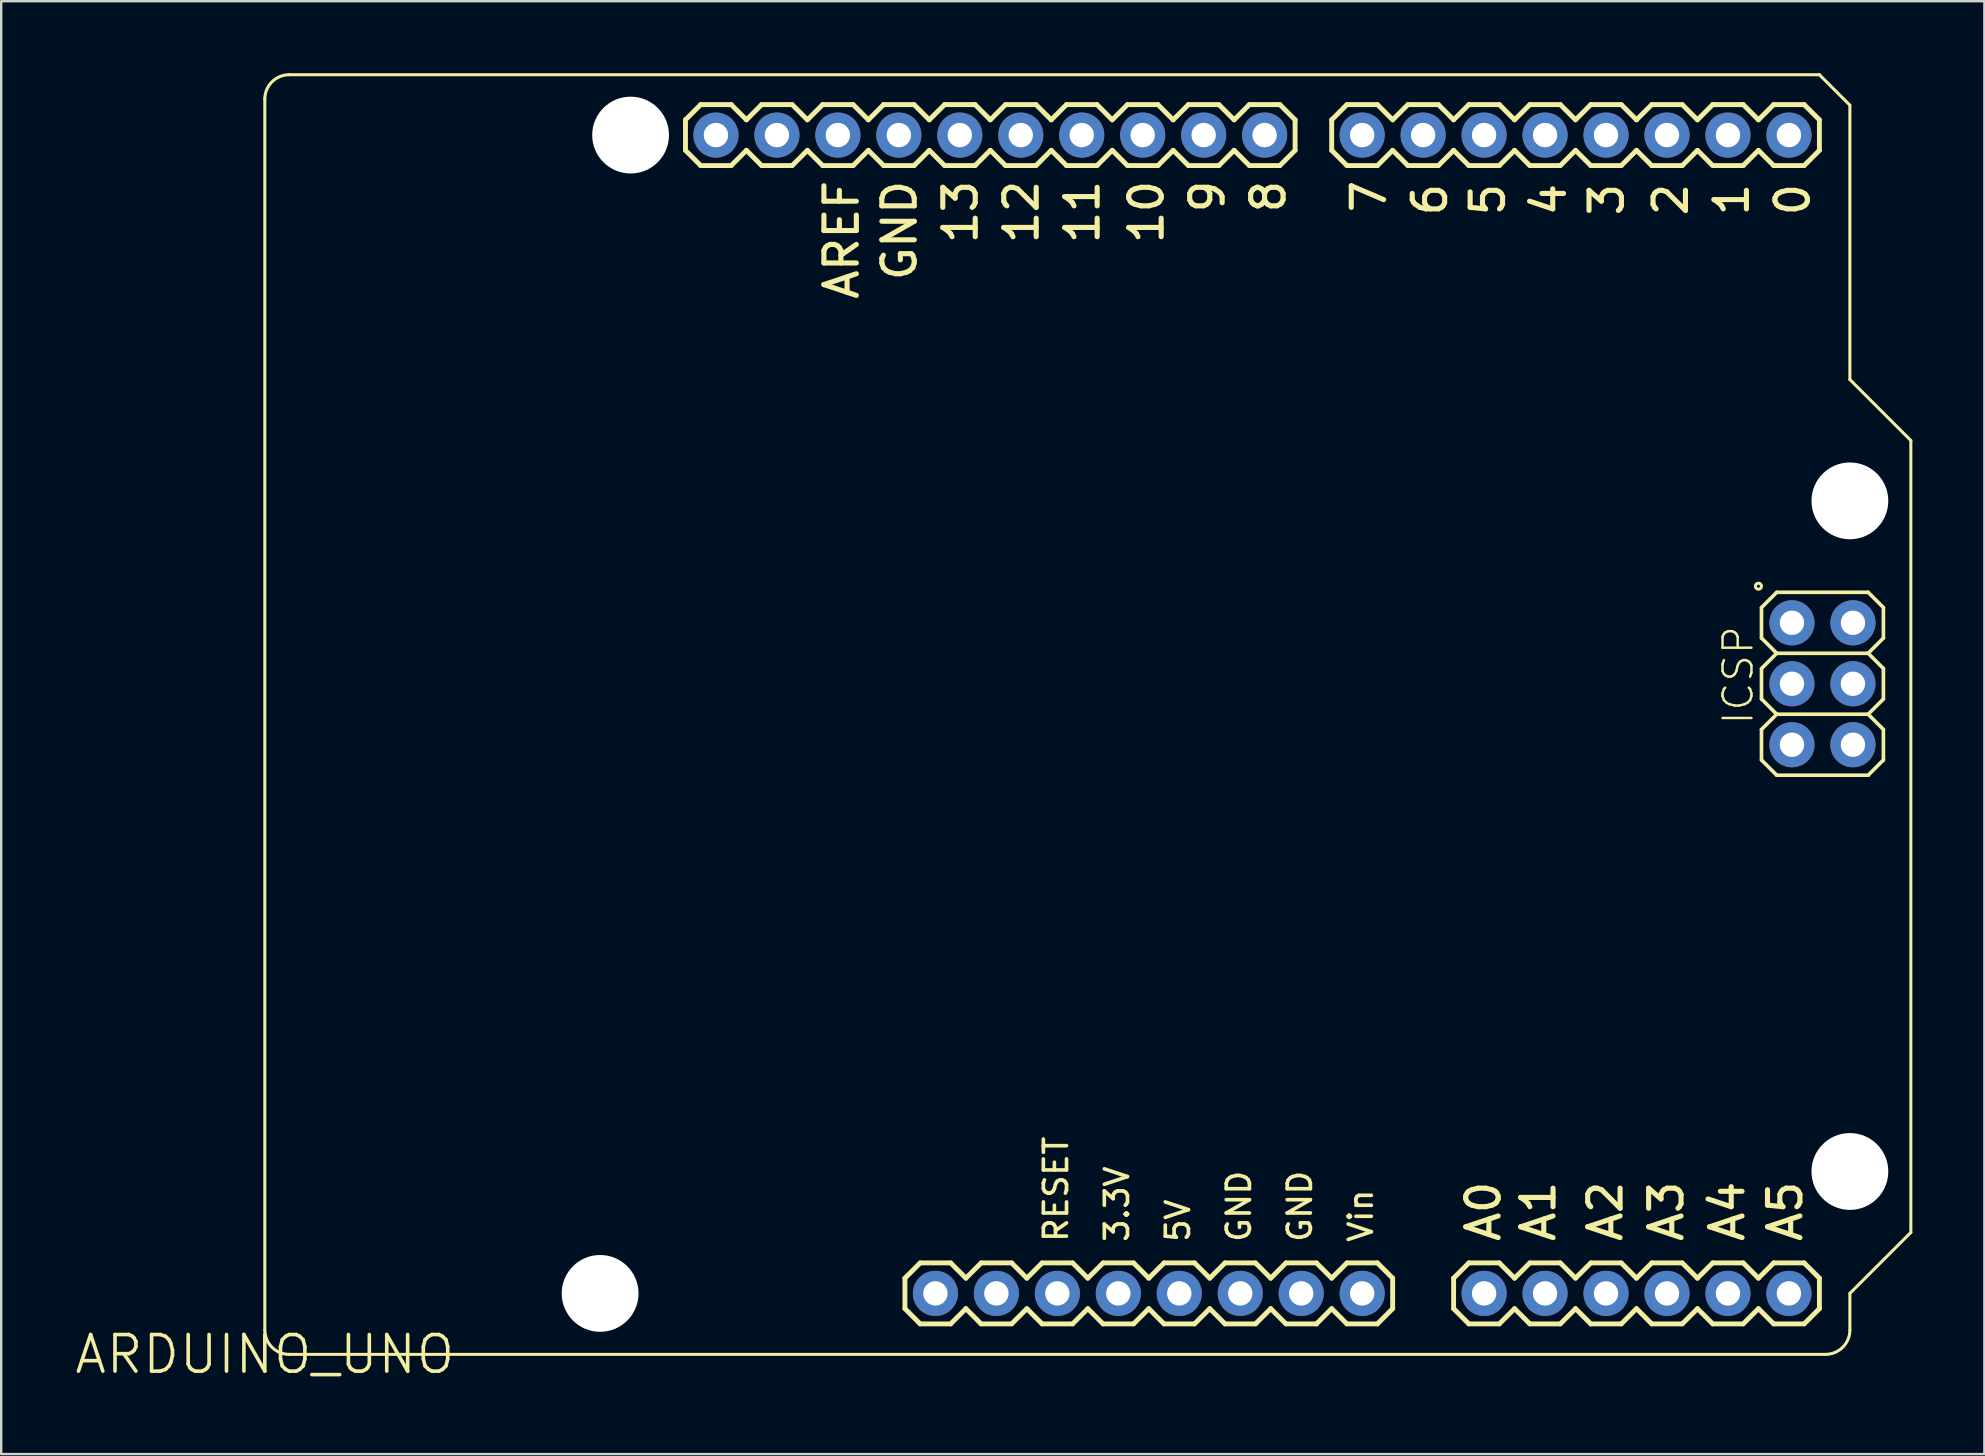
<source format=kicad_pcb>
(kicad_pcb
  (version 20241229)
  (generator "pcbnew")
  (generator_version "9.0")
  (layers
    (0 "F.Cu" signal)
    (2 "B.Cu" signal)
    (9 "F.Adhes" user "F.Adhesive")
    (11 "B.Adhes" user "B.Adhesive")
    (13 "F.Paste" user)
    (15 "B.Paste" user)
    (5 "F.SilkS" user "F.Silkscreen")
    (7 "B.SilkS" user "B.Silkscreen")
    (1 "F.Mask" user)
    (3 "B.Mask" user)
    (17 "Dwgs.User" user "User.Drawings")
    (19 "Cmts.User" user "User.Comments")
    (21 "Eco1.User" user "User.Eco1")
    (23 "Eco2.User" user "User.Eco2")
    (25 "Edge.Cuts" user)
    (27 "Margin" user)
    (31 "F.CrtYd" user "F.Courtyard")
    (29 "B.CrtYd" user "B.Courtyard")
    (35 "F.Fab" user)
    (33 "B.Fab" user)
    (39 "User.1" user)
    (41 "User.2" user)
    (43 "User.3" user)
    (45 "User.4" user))
  (footprint "ARDUINO_UNO"
    (layer "F.Cu")
    (at 7.983 53.378)
    (property "Reference" "ARDUINO_UNO" (at 0 0 0) (layer "F.SilkS") (effects (font (size 1.524 1.524) (thickness 0.15))))
    (attr through_hole)
    (fp_line (start 0 -1.016) (end 0 -52.299) (stroke (width 0.127) (type solid)) (layer "F.SilkS"))
    (fp_line (start 1.016 -53.315) (end 64.77 -53.315) (stroke (width 0.127) (type solid)) (layer "F.SilkS"))
    (fp_line (start 17.526 -51.435) (end 17.526 -50.165) (stroke (width 0.203) (type solid)) (layer "F.SilkS"))
    (fp_line (start 17.526 -50.165) (end 18.161 -49.53) (stroke (width 0.203) (type solid)) (layer "F.SilkS"))
    (fp_line (start 18.161 -52.07) (end 17.526 -51.435) (stroke (width 0.203) (type solid)) (layer "F.SilkS"))
    (fp_line (start 18.161 -52.07) (end 19.431 -52.07) (stroke (width 0.203) (type solid)) (layer "F.SilkS"))
    (fp_line (start 19.431 -52.07) (end 20.066 -51.435) (stroke (width 0.203) (type solid)) (layer "F.SilkS"))
    (fp_line (start 19.431 -49.53) (end 18.161 -49.53) (stroke (width 0.203) (type solid)) (layer "F.SilkS"))
    (fp_line (start 20.066 -50.165) (end 19.431 -49.53) (stroke (width 0.203) (type solid)) (layer "F.SilkS"))
    (fp_line (start 20.066 -50.165) (end 20.701 -49.53) (stroke (width 0.203) (type solid)) (layer "F.SilkS"))
    (fp_line (start 20.701 -52.07) (end 20.066 -51.435) (stroke (width 0.203) (type solid)) (layer "F.SilkS"))
    (fp_line (start 20.701 -52.07) (end 21.971 -52.07) (stroke (width 0.203) (type solid)) (layer "F.SilkS"))
    (fp_line (start 21.971 -52.07) (end 22.606 -51.435) (stroke (width 0.203) (type solid)) (layer "F.SilkS"))
    (fp_line (start 21.971 -49.53) (end 20.701 -49.53) (stroke (width 0.203) (type solid)) (layer "F.SilkS"))
    (fp_line (start 22.606 -50.165) (end 21.971 -49.53) (stroke (width 0.203) (type solid)) (layer "F.SilkS"))
    (fp_line (start 22.606 -50.165) (end 23.241 -49.53) (stroke (width 0.203) (type solid)) (layer "F.SilkS"))
    (fp_line (start 23.241 -52.07) (end 22.606 -51.435) (stroke (width 0.203) (type solid)) (layer "F.SilkS"))
    (fp_line (start 23.241 -52.07) (end 24.511 -52.07) (stroke (width 0.203) (type solid)) (layer "F.SilkS"))
    (fp_line (start 24.511 -52.07) (end 25.146 -51.435) (stroke (width 0.203) (type solid)) (layer "F.SilkS"))
    (fp_line (start 24.511 -49.53) (end 23.241 -49.53) (stroke (width 0.203) (type solid)) (layer "F.SilkS"))
    (fp_line (start 25.146 -51.435) (end 25.781 -52.07) (stroke (width 0.203) (type solid)) (layer "F.SilkS"))
    (fp_line (start 25.146 -50.165) (end 24.511 -49.53) (stroke (width 0.203) (type solid)) (layer "F.SilkS"))
    (fp_line (start 25.781 -52.07) (end 27.051 -52.07) (stroke (width 0.203) (type solid)) (layer "F.SilkS"))
    (fp_line (start 25.781 -49.53) (end 25.146 -50.165) (stroke (width 0.203) (type solid)) (layer "F.SilkS"))
    (fp_line (start 26.67 -3.175) (end 26.67 -1.905) (stroke (width 0.203) (type solid)) (layer "F.SilkS"))
    (fp_line (start 26.67 -1.905) (end 27.305 -1.27) (stroke (width 0.203) (type solid)) (layer "F.SilkS"))
    (fp_line (start 27.051 -52.07) (end 27.686 -51.435) (stroke (width 0.203) (type solid)) (layer "F.SilkS"))
    (fp_line (start 27.051 -49.53) (end 25.781 -49.53) (stroke (width 0.203) (type solid)) (layer "F.SilkS"))
    (fp_line (start 27.305 -3.81) (end 26.67 -3.175) (stroke (width 0.203) (type solid)) (layer "F.SilkS"))
    (fp_line (start 27.305 -3.81) (end 28.575 -3.81) (stroke (width 0.203) (type solid)) (layer "F.SilkS"))
    (fp_line (start 27.686 -51.435) (end 28.321 -52.07) (stroke (width 0.203) (type solid)) (layer "F.SilkS"))
    (fp_line (start 27.686 -50.165) (end 27.051 -49.53) (stroke (width 0.203) (type solid)) (layer "F.SilkS"))
    (fp_line (start 28.321 -52.07) (end 29.591 -52.07) (stroke (width 0.203) (type solid)) (layer "F.SilkS"))
    (fp_line (start 28.321 -49.53) (end 27.686 -50.165) (stroke (width 0.203) (type solid)) (layer "F.SilkS"))
    (fp_line (start 28.575 -3.81) (end 29.21 -3.175) (stroke (width 0.203) (type solid)) (layer "F.SilkS"))
    (fp_line (start 28.575 -1.27) (end 27.305 -1.27) (stroke (width 0.203) (type solid)) (layer "F.SilkS"))
    (fp_line (start 29.21 -1.905) (end 28.575 -1.27) (stroke (width 0.203) (type solid)) (layer "F.SilkS"))
    (fp_line (start 29.21 -1.905) (end 29.845 -1.27) (stroke (width 0.203) (type solid)) (layer "F.SilkS"))
    (fp_line (start 29.591 -52.07) (end 30.226 -51.435) (stroke (width 0.203) (type solid)) (layer "F.SilkS"))
    (fp_line (start 29.591 -49.53) (end 28.321 -49.53) (stroke (width 0.203) (type solid)) (layer "F.SilkS"))
    (fp_line (start 29.845 -3.81) (end 29.21 -3.175) (stroke (width 0.203) (type solid)) (layer "F.SilkS"))
    (fp_line (start 29.845 -3.81) (end 31.115 -3.81) (stroke (width 0.203) (type solid)) (layer "F.SilkS"))
    (fp_line (start 30.226 -50.165) (end 29.591 -49.53) (stroke (width 0.203) (type solid)) (layer "F.SilkS"))
    (fp_line (start 30.226 -50.165) (end 30.861 -49.53) (stroke (width 0.203) (type solid)) (layer "F.SilkS"))
    (fp_line (start 30.861 -52.07) (end 30.226 -51.435) (stroke (width 0.203) (type solid)) (layer "F.SilkS"))
    (fp_line (start 30.861 -52.07) (end 32.131 -52.07) (stroke (width 0.203) (type solid)) (layer "F.SilkS"))
    (fp_line (start 31.115 -3.81) (end 31.75 -3.175) (stroke (width 0.203) (type solid)) (layer "F.SilkS"))
    (fp_line (start 31.115 -1.27) (end 29.845 -1.27) (stroke (width 0.203) (type solid)) (layer "F.SilkS"))
    (fp_line (start 31.75 -1.905) (end 31.115 -1.27) (stroke (width 0.203) (type solid)) (layer "F.SilkS"))
    (fp_line (start 31.75 -1.905) (end 32.385 -1.27) (stroke (width 0.203) (type solid)) (layer "F.SilkS"))
    (fp_line (start 32.131 -52.07) (end 32.766 -51.435) (stroke (width 0.203) (type solid)) (layer "F.SilkS"))
    (fp_line (start 32.131 -49.53) (end 30.861 -49.53) (stroke (width 0.203) (type solid)) (layer "F.SilkS"))
    (fp_line (start 32.385 -3.81) (end 31.75 -3.175) (stroke (width 0.203) (type solid)) (layer "F.SilkS"))
    (fp_line (start 32.385 -3.81) (end 33.655 -3.81) (stroke (width 0.203) (type solid)) (layer "F.SilkS"))
    (fp_line (start 32.766 -51.435) (end 33.401 -52.07) (stroke (width 0.203) (type solid)) (layer "F.SilkS"))
    (fp_line (start 32.766 -50.165) (end 32.131 -49.53) (stroke (width 0.203) (type solid)) (layer "F.SilkS"))
    (fp_line (start 33.401 -52.07) (end 34.671 -52.07) (stroke (width 0.203) (type solid)) (layer "F.SilkS"))
    (fp_line (start 33.401 -49.53) (end 32.766 -50.165) (stroke (width 0.203) (type solid)) (layer "F.SilkS"))
    (fp_line (start 33.655 -3.81) (end 34.29 -3.175) (stroke (width 0.203) (type solid)) (layer "F.SilkS"))
    (fp_line (start 33.655 -1.27) (end 32.385 -1.27) (stroke (width 0.203) (type solid)) (layer "F.SilkS"))
    (fp_line (start 34.29 -3.175) (end 34.925 -3.81) (stroke (width 0.203) (type solid)) (layer "F.SilkS"))
    (fp_line (start 34.29 -1.905) (end 33.655 -1.27) (stroke (width 0.203) (type solid)) (layer "F.SilkS"))
    (fp_line (start 34.671 -52.07) (end 35.306 -51.435) (stroke (width 0.203) (type solid)) (layer "F.SilkS"))
    (fp_line (start 34.671 -49.53) (end 33.401 -49.53) (stroke (width 0.203) (type solid)) (layer "F.SilkS"))
    (fp_line (start 34.925 -3.81) (end 36.195 -3.81) (stroke (width 0.203) (type solid)) (layer "F.SilkS"))
    (fp_line (start 34.925 -1.27) (end 34.29 -1.905) (stroke (width 0.203) (type solid)) (layer "F.SilkS"))
    (fp_line (start 35.306 -51.435) (end 35.941 -52.07) (stroke (width 0.203) (type solid)) (layer "F.SilkS"))
    (fp_line (start 35.306 -50.165) (end 34.671 -49.53) (stroke (width 0.203) (type solid)) (layer "F.SilkS"))
    (fp_line (start 35.941 -52.07) (end 37.211 -52.07) (stroke (width 0.203) (type solid)) (layer "F.SilkS"))
    (fp_line (start 35.941 -49.53) (end 35.306 -50.165) (stroke (width 0.203) (type solid)) (layer "F.SilkS"))
    (fp_line (start 36.195 -3.81) (end 36.83 -3.175) (stroke (width 0.203) (type solid)) (layer "F.SilkS"))
    (fp_line (start 36.195 -1.27) (end 34.925 -1.27) (stroke (width 0.203) (type solid)) (layer "F.SilkS"))
    (fp_line (start 36.83 -3.175) (end 37.465 -3.81) (stroke (width 0.203) (type solid)) (layer "F.SilkS"))
    (fp_line (start 36.83 -1.905) (end 36.195 -1.27) (stroke (width 0.203) (type solid)) (layer "F.SilkS"))
    (fp_line (start 37.211 -52.07) (end 37.846 -51.435) (stroke (width 0.203) (type solid)) (layer "F.SilkS"))
    (fp_line (start 37.211 -49.53) (end 35.941 -49.53) (stroke (width 0.203) (type solid)) (layer "F.SilkS"))
    (fp_line (start 37.465 -3.81) (end 38.735 -3.81) (stroke (width 0.203) (type solid)) (layer "F.SilkS"))
    (fp_line (start 37.465 -1.27) (end 36.83 -1.905) (stroke (width 0.203) (type solid)) (layer "F.SilkS"))
    (fp_line (start 37.846 -50.165) (end 37.211 -49.53) (stroke (width 0.203) (type solid)) (layer "F.SilkS"))
    (fp_line (start 37.846 -50.165) (end 38.481 -49.53) (stroke (width 0.203) (type solid)) (layer "F.SilkS"))
    (fp_line (start 38.481 -52.07) (end 37.846 -51.435) (stroke (width 0.203) (type solid)) (layer "F.SilkS"))
    (fp_line (start 38.481 -52.07) (end 39.751 -52.07) (stroke (width 0.203) (type solid)) (layer "F.SilkS"))
    (fp_line (start 38.735 -3.81) (end 39.37 -3.175) (stroke (width 0.203) (type solid)) (layer "F.SilkS"))
    (fp_line (start 38.735 -1.27) (end 37.465 -1.27) (stroke (width 0.203) (type solid)) (layer "F.SilkS"))
    (fp_line (start 39.37 -1.905) (end 38.735 -1.27) (stroke (width 0.203) (type solid)) (layer "F.SilkS"))
    (fp_line (start 39.37 -1.905) (end 40.005 -1.27) (stroke (width 0.203) (type solid)) (layer "F.SilkS"))
    (fp_line (start 39.751 -52.07) (end 40.386 -51.435) (stroke (width 0.203) (type solid)) (layer "F.SilkS"))
    (fp_line (start 39.751 -49.53) (end 38.481 -49.53) (stroke (width 0.203) (type solid)) (layer "F.SilkS"))
    (fp_line (start 40.005 -3.81) (end 39.37 -3.175) (stroke (width 0.203) (type solid)) (layer "F.SilkS"))
    (fp_line (start 40.005 -3.81) (end 41.275 -3.81) (stroke (width 0.203) (type solid)) (layer "F.SilkS"))
    (fp_line (start 40.386 -50.165) (end 39.751 -49.53) (stroke (width 0.203) (type solid)) (layer "F.SilkS"))
    (fp_line (start 40.386 -50.165) (end 41.021 -49.53) (stroke (width 0.203) (type solid)) (layer "F.SilkS"))
    (fp_line (start 41.021 -52.07) (end 40.386 -51.435) (stroke (width 0.203) (type solid)) (layer "F.SilkS"))
    (fp_line (start 41.021 -52.07) (end 42.291 -52.07) (stroke (width 0.203) (type solid)) (layer "F.SilkS"))
    (fp_line (start 41.275 -3.81) (end 41.91 -3.175) (stroke (width 0.203) (type solid)) (layer "F.SilkS"))
    (fp_line (start 41.275 -1.27) (end 40.005 -1.27) (stroke (width 0.203) (type solid)) (layer "F.SilkS"))
    (fp_line (start 41.91 -3.175) (end 42.545 -3.81) (stroke (width 0.203) (type solid)) (layer "F.SilkS"))
    (fp_line (start 41.91 -1.905) (end 41.275 -1.27) (stroke (width 0.203) (type solid)) (layer "F.SilkS"))
    (fp_line (start 42.291 -52.07) (end 42.926 -51.435) (stroke (width 0.203) (type solid)) (layer "F.SilkS"))
    (fp_line (start 42.291 -49.53) (end 41.021 -49.53) (stroke (width 0.203) (type solid)) (layer "F.SilkS"))
    (fp_line (start 42.545 -3.81) (end 43.815 -3.81) (stroke (width 0.203) (type solid)) (layer "F.SilkS"))
    (fp_line (start 42.545 -1.27) (end 41.91 -1.905) (stroke (width 0.203) (type solid)) (layer "F.SilkS"))
    (fp_line (start 42.926 -51.435) (end 42.926 -50.165) (stroke (width 0.203) (type solid)) (layer "F.SilkS"))
    (fp_line (start 42.926 -50.165) (end 42.291 -49.53) (stroke (width 0.203) (type solid)) (layer "F.SilkS"))
    (fp_line (start 43.815 -3.81) (end 44.45 -3.175) (stroke (width 0.203) (type solid)) (layer "F.SilkS"))
    (fp_line (start 43.815 -1.27) (end 42.545 -1.27) (stroke (width 0.203) (type solid)) (layer "F.SilkS"))
    (fp_line (start 44.45 -51.435) (end 44.45 -50.165) (stroke (width 0.203) (type solid)) (layer "F.SilkS"))
    (fp_line (start 44.45 -50.165) (end 45.085 -49.53) (stroke (width 0.203) (type solid)) (layer "F.SilkS"))
    (fp_line (start 44.45 -3.175) (end 45.085 -3.81) (stroke (width 0.203) (type solid)) (layer "F.SilkS"))
    (fp_line (start 44.45 -1.905) (end 43.815 -1.27) (stroke (width 0.203) (type solid)) (layer "F.SilkS"))
    (fp_line (start 45.085 -52.07) (end 44.45 -51.435) (stroke (width 0.203) (type solid)) (layer "F.SilkS"))
    (fp_line (start 45.085 -52.07) (end 46.355 -52.07) (stroke (width 0.203) (type solid)) (layer "F.SilkS"))
    (fp_line (start 45.085 -3.81) (end 46.355 -3.81) (stroke (width 0.203) (type solid)) (layer "F.SilkS"))
    (fp_line (start 45.085 -1.27) (end 44.45 -1.905) (stroke (width 0.203) (type solid)) (layer "F.SilkS"))
    (fp_line (start 46.355 -52.07) (end 46.99 -51.435) (stroke (width 0.203) (type solid)) (layer "F.SilkS"))
    (fp_line (start 46.355 -49.53) (end 45.085 -49.53) (stroke (width 0.203) (type solid)) (layer "F.SilkS"))
    (fp_line (start 46.355 -3.81) (end 46.99 -3.175) (stroke (width 0.203) (type solid)) (layer "F.SilkS"))
    (fp_line (start 46.355 -1.27) (end 45.085 -1.27) (stroke (width 0.203) (type solid)) (layer "F.SilkS"))
    (fp_line (start 46.99 -51.435) (end 47.625 -52.07) (stroke (width 0.203) (type solid)) (layer "F.SilkS"))
    (fp_line (start 46.99 -50.165) (end 46.355 -49.53) (stroke (width 0.203) (type solid)) (layer "F.SilkS"))
    (fp_line (start 46.99 -3.175) (end 46.99 -1.905) (stroke (width 0.203) (type solid)) (layer "F.SilkS"))
    (fp_line (start 46.99 -1.905) (end 46.355 -1.27) (stroke (width 0.203) (type solid)) (layer "F.SilkS"))
    (fp_line (start 47.625 -52.07) (end 48.895 -52.07) (stroke (width 0.203) (type solid)) (layer "F.SilkS"))
    (fp_line (start 47.625 -49.53) (end 46.99 -50.165) (stroke (width 0.203) (type solid)) (layer "F.SilkS"))
    (fp_line (start 48.895 -52.07) (end 49.53 -51.435) (stroke (width 0.203) (type solid)) (layer "F.SilkS"))
    (fp_line (start 48.895 -49.53) (end 47.625 -49.53) (stroke (width 0.203) (type solid)) (layer "F.SilkS"))
    (fp_line (start 49.53 -51.435) (end 50.165 -52.07) (stroke (width 0.203) (type solid)) (layer "F.SilkS"))
    (fp_line (start 49.53 -50.165) (end 48.895 -49.53) (stroke (width 0.203) (type solid)) (layer "F.SilkS"))
    (fp_line (start 49.53 -3.175) (end 49.53 -1.905) (stroke (width 0.203) (type solid)) (layer "F.SilkS"))
    (fp_line (start 49.53 -1.905) (end 50.165 -1.27) (stroke (width 0.203) (type solid)) (layer "F.SilkS"))
    (fp_line (start 50.165 -52.07) (end 51.435 -52.07) (stroke (width 0.203) (type solid)) (layer "F.SilkS"))
    (fp_line (start 50.165 -49.53) (end 49.53 -50.165) (stroke (width 0.203) (type solid)) (layer "F.SilkS"))
    (fp_line (start 50.165 -3.81) (end 49.53 -3.175) (stroke (width 0.203) (type solid)) (layer "F.SilkS"))
    (fp_line (start 50.165 -3.81) (end 51.435 -3.81) (stroke (width 0.203) (type solid)) (layer "F.SilkS"))
    (fp_line (start 51.435 -52.07) (end 52.07 -51.435) (stroke (width 0.203) (type solid)) (layer "F.SilkS"))
    (fp_line (start 51.435 -49.53) (end 50.165 -49.53) (stroke (width 0.203) (type solid)) (layer "F.SilkS"))
    (fp_line (start 51.435 -3.81) (end 52.07 -3.175) (stroke (width 0.203) (type solid)) (layer "F.SilkS"))
    (fp_line (start 51.435 -1.27) (end 50.165 -1.27) (stroke (width 0.203) (type solid)) (layer "F.SilkS"))
    (fp_line (start 52.07 -50.165) (end 51.435 -49.53) (stroke (width 0.203) (type solid)) (layer "F.SilkS"))
    (fp_line (start 52.07 -50.165) (end 52.705 -49.53) (stroke (width 0.203) (type solid)) (layer "F.SilkS"))
    (fp_line (start 52.07 -3.175) (end 52.705 -3.81) (stroke (width 0.203) (type solid)) (layer "F.SilkS"))
    (fp_line (start 52.07 -1.905) (end 51.435 -1.27) (stroke (width 0.203) (type solid)) (layer "F.SilkS"))
    (fp_line (start 52.705 -52.07) (end 52.07 -51.435) (stroke (width 0.203) (type solid)) (layer "F.SilkS"))
    (fp_line (start 52.705 -52.07) (end 53.975 -52.07) (stroke (width 0.203) (type solid)) (layer "F.SilkS"))
    (fp_line (start 52.705 -3.81) (end 53.975 -3.81) (stroke (width 0.203) (type solid)) (layer "F.SilkS"))
    (fp_line (start 52.705 -1.27) (end 52.07 -1.905) (stroke (width 0.203) (type solid)) (layer "F.SilkS"))
    (fp_line (start 53.975 -52.07) (end 54.61 -51.435) (stroke (width 0.203) (type solid)) (layer "F.SilkS"))
    (fp_line (start 53.975 -49.53) (end 52.705 -49.53) (stroke (width 0.203) (type solid)) (layer "F.SilkS"))
    (fp_line (start 53.975 -3.81) (end 54.61 -3.175) (stroke (width 0.203) (type solid)) (layer "F.SilkS"))
    (fp_line (start 53.975 -1.27) (end 52.705 -1.27) (stroke (width 0.203) (type solid)) (layer "F.SilkS"))
    (fp_line (start 54.61 -51.435) (end 55.245 -52.07) (stroke (width 0.203) (type solid)) (layer "F.SilkS"))
    (fp_line (start 54.61 -50.165) (end 53.975 -49.53) (stroke (width 0.203) (type solid)) (layer "F.SilkS"))
    (fp_line (start 54.61 -3.175) (end 55.245 -3.81) (stroke (width 0.203) (type solid)) (layer "F.SilkS"))
    (fp_line (start 54.61 -1.905) (end 53.975 -1.27) (stroke (width 0.203) (type solid)) (layer "F.SilkS"))
    (fp_line (start 55.245 -52.07) (end 56.515 -52.07) (stroke (width 0.203) (type solid)) (layer "F.SilkS"))
    (fp_line (start 55.245 -49.53) (end 54.61 -50.165) (stroke (width 0.203) (type solid)) (layer "F.SilkS"))
    (fp_line (start 55.245 -3.81) (end 56.515 -3.81) (stroke (width 0.203) (type solid)) (layer "F.SilkS"))
    (fp_line (start 55.245 -1.27) (end 54.61 -1.905) (stroke (width 0.203) (type solid)) (layer "F.SilkS"))
    (fp_line (start 56.515 -52.07) (end 57.15 -51.435) (stroke (width 0.203) (type solid)) (layer "F.SilkS"))
    (fp_line (start 56.515 -49.53) (end 55.245 -49.53) (stroke (width 0.203) (type solid)) (layer "F.SilkS"))
    (fp_line (start 56.515 -3.81) (end 57.15 -3.175) (stroke (width 0.203) (type solid)) (layer "F.SilkS"))
    (fp_line (start 56.515 -1.27) (end 55.245 -1.27) (stroke (width 0.203) (type solid)) (layer "F.SilkS"))
    (fp_line (start 57.15 -51.435) (end 57.785 -52.07) (stroke (width 0.203) (type solid)) (layer "F.SilkS"))
    (fp_line (start 57.15 -50.165) (end 56.515 -49.53) (stroke (width 0.203) (type solid)) (layer "F.SilkS"))
    (fp_line (start 57.15 -1.905) (end 56.515 -1.27) (stroke (width 0.203) (type solid)) (layer "F.SilkS"))
    (fp_line (start 57.15 -1.905) (end 57.785 -1.27) (stroke (width 0.203) (type solid)) (layer "F.SilkS"))
    (fp_line (start 57.785 -52.07) (end 59.055 -52.07) (stroke (width 0.203) (type solid)) (layer "F.SilkS"))
    (fp_line (start 57.785 -49.53) (end 57.15 -50.165) (stroke (width 0.203) (type solid)) (layer "F.SilkS"))
    (fp_line (start 57.785 -3.81) (end 57.15 -3.175) (stroke (width 0.203) (type solid)) (layer "F.SilkS"))
    (fp_line (start 57.785 -3.81) (end 59.055 -3.81) (stroke (width 0.203) (type solid)) (layer "F.SilkS"))
    (fp_line (start 59.055 -52.07) (end 59.69 -51.435) (stroke (width 0.203) (type solid)) (layer "F.SilkS"))
    (fp_line (start 59.055 -49.53) (end 57.785 -49.53) (stroke (width 0.203) (type solid)) (layer "F.SilkS"))
    (fp_line (start 59.055 -3.81) (end 59.69 -3.175) (stroke (width 0.203) (type solid)) (layer "F.SilkS"))
    (fp_line (start 59.055 -1.27) (end 57.785 -1.27) (stroke (width 0.203) (type solid)) (layer "F.SilkS"))
    (fp_line (start 59.69 -50.165) (end 59.055 -49.53) (stroke (width 0.203) (type solid)) (layer "F.SilkS"))
    (fp_line (start 59.69 -50.165) (end 60.325 -49.53) (stroke (width 0.203) (type solid)) (layer "F.SilkS"))
    (fp_line (start 59.69 -3.175) (end 60.325 -3.81) (stroke (width 0.203) (type solid)) (layer "F.SilkS"))
    (fp_line (start 59.69 -1.905) (end 59.055 -1.27) (stroke (width 0.203) (type solid)) (layer "F.SilkS"))
    (fp_line (start 60.325 -52.07) (end 59.69 -51.435) (stroke (width 0.203) (type solid)) (layer "F.SilkS"))
    (fp_line (start 60.325 -52.07) (end 61.595 -52.07) (stroke (width 0.203) (type solid)) (layer "F.SilkS"))
    (fp_line (start 60.325 -3.81) (end 61.595 -3.81) (stroke (width 0.203) (type solid)) (layer "F.SilkS"))
    (fp_line (start 60.325 -1.27) (end 59.69 -1.905) (stroke (width 0.203) (type solid)) (layer "F.SilkS"))
    (fp_line (start 61.595 -52.07) (end 62.23 -51.435) (stroke (width 0.203) (type solid)) (layer "F.SilkS"))
    (fp_line (start 61.595 -49.53) (end 60.325 -49.53) (stroke (width 0.203) (type solid)) (layer "F.SilkS"))
    (fp_line (start 61.595 -3.81) (end 62.23 -3.175) (stroke (width 0.203) (type solid)) (layer "F.SilkS"))
    (fp_line (start 61.595 -1.27) (end 60.325 -1.27) (stroke (width 0.203) (type solid)) (layer "F.SilkS"))
    (fp_line (start 62.23 -50.165) (end 61.595 -49.53) (stroke (width 0.203) (type solid)) (layer "F.SilkS"))
    (fp_line (start 62.23 -50.165) (end 62.865 -49.53) (stroke (width 0.203) (type solid)) (layer "F.SilkS"))
    (fp_line (start 62.23 -3.175) (end 62.865 -3.81) (stroke (width 0.203) (type solid)) (layer "F.SilkS"))
    (fp_line (start 62.23 -1.905) (end 61.595 -1.27) (stroke (width 0.203) (type solid)) (layer "F.SilkS"))
    (fp_line (start 62.357 -31.115) (end 62.992 -31.75) (stroke (width 0.152) (type solid)) (layer "F.SilkS"))
    (fp_line (start 62.357 -29.845) (end 62.357 -31.115) (stroke (width 0.152) (type solid)) (layer "F.SilkS"))
    (fp_line (start 62.357 -28.575) (end 62.992 -29.21) (stroke (width 0.152) (type solid)) (layer "F.SilkS"))
    (fp_line (start 62.357 -27.305) (end 62.357 -28.575) (stroke (width 0.152) (type solid)) (layer "F.SilkS"))
    (fp_line (start 62.357 -26.035) (end 62.992 -26.67) (stroke (width 0.152) (type solid)) (layer "F.SilkS"))
    (fp_line (start 62.357 -24.765) (end 62.357 -26.035) (stroke (width 0.152) (type solid)) (layer "F.SilkS"))
    (fp_line (start 62.865 -52.07) (end 62.23 -51.435) (stroke (width 0.203) (type solid)) (layer "F.SilkS"))
    (fp_line (start 62.865 -52.07) (end 64.135 -52.07) (stroke (width 0.203) (type solid)) (layer "F.SilkS"))
    (fp_line (start 62.865 -3.81) (end 64.135 -3.81) (stroke (width 0.203) (type solid)) (layer "F.SilkS"))
    (fp_line (start 62.865 -1.27) (end 62.23 -1.905) (stroke (width 0.203) (type solid)) (layer "F.SilkS"))
    (fp_line (start 62.992 -31.75) (end 66.802 -31.75) (stroke (width 0.152) (type solid)) (layer "F.SilkS"))
    (fp_line (start 62.992 -29.21) (end 62.357 -29.845) (stroke (width 0.152) (type solid)) (layer "F.SilkS"))
    (fp_line (start 62.992 -29.21) (end 66.802 -29.21) (stroke (width 0.152) (type solid)) (layer "F.SilkS"))
    (fp_line (start 62.992 -26.67) (end 62.357 -27.305) (stroke (width 0.152) (type solid)) (layer "F.SilkS"))
    (fp_line (start 62.992 -26.67) (end 66.802 -26.67) (stroke (width 0.152) (type solid)) (layer "F.SilkS"))
    (fp_line (start 62.992 -24.13) (end 62.357 -24.765) (stroke (width 0.152) (type solid)) (layer "F.SilkS"))
    (fp_line (start 62.992 -24.13) (end 66.802 -24.13) (stroke (width 0.152) (type solid)) (layer "F.SilkS"))
    (fp_line (start 64.135 -52.07) (end 64.77 -51.435) (stroke (width 0.203) (type solid)) (layer "F.SilkS"))
    (fp_line (start 64.135 -49.53) (end 62.865 -49.53) (stroke (width 0.203) (type solid)) (layer "F.SilkS"))
    (fp_line (start 64.135 -3.81) (end 64.77 -3.175) (stroke (width 0.203) (type solid)) (layer "F.SilkS"))
    (fp_line (start 64.135 -1.27) (end 62.865 -1.27) (stroke (width 0.203) (type solid)) (layer "F.SilkS"))
    (fp_line (start 64.77 -53.315) (end 66.04 -52.045) (stroke (width 0.127) (type solid)) (layer "F.SilkS"))
    (fp_line (start 64.77 -51.435) (end 64.77 -50.165) (stroke (width 0.203) (type solid)) (layer "F.SilkS"))
    (fp_line (start 64.77 -50.165) (end 64.135 -49.53) (stroke (width 0.203) (type solid)) (layer "F.SilkS"))
    (fp_line (start 64.77 -3.175) (end 64.77 -1.905) (stroke (width 0.203) (type solid)) (layer "F.SilkS"))
    (fp_line (start 64.77 -1.905) (end 64.135 -1.27) (stroke (width 0.203) (type solid)) (layer "F.SilkS"))
    (fp_line (start 65.024 0) (end 1.016 0) (stroke (width 0.127) (type solid)) (layer "F.SilkS"))
    (fp_line (start 66.04 -52.045) (end 66.04 -40.615) (stroke (width 0.127) (type solid)) (layer "F.SilkS"))
    (fp_line (start 66.04 -40.615) (end 68.58 -38.075) (stroke (width 0.127) (type solid)) (layer "F.SilkS"))
    (fp_line (start 66.04 -2.54) (end 66.04 -1.016) (stroke (width 0.127) (type solid)) (layer "F.SilkS"))
    (fp_line (start 66.802 -29.21) (end 67.437 -29.845) (stroke (width 0.152) (type solid)) (layer "F.SilkS"))
    (fp_line (start 66.802 -26.67) (end 67.437 -27.305) (stroke (width 0.152) (type solid)) (layer "F.SilkS"))
    (fp_line (start 66.802 -24.13) (end 67.437 -24.765) (stroke (width 0.152) (type solid)) (layer "F.SilkS"))
    (fp_line (start 67.437 -31.115) (end 66.802 -31.75) (stroke (width 0.152) (type solid)) (layer "F.SilkS"))
    (fp_line (start 67.437 -29.845) (end 67.437 -31.115) (stroke (width 0.152) (type solid)) (layer "F.SilkS"))
    (fp_line (start 67.437 -28.575) (end 66.802 -29.21) (stroke (width 0.152) (type solid)) (layer "F.SilkS"))
    (fp_line (start 67.437 -27.305) (end 67.437 -28.575) (stroke (width 0.152) (type solid)) (layer "F.SilkS"))
    (fp_line (start 67.437 -26.035) (end 66.802 -26.67) (stroke (width 0.152) (type solid)) (layer "F.SilkS"))
    (fp_line (start 67.437 -24.765) (end 67.437 -26.035) (stroke (width 0.152) (type solid)) (layer "F.SilkS"))
    (fp_line (start 68.58 -38.075) (end 68.58 -5.08) (stroke (width 0.127) (type solid)) (layer "F.SilkS"))
    (fp_line (start 68.58 -5.08) (end 66.04 -2.54) (stroke (width 0.127) (type solid)) (layer "F.SilkS"))
    (fp_arc (start 0 -52.2986) (mid 0.29758 -53.01702) (end 1.016 -53.3146) (stroke (width 0.127) (type solid)) (layer "F.SilkS"))
    (fp_arc (start 1.016 0) (mid 0.29758 -0.29758) (end 0 -1.016) (stroke (width 0.127) (type solid)) (layer "F.SilkS"))
    (fp_arc (start 66.04 -1.016) (mid 65.74242 -0.29758) (end 65.024 0) (stroke (width 0.127) (type solid)) (layer "F.SilkS"))
    (fp_circle (center 62.23 -32.004) (end 62.357 -32.004) (stroke (width 0.127) (type solid)) (fill no) (layer "F.SilkS"))
    (fp_poly (pts (xy 18.542 -50.546) (xy 19.05 -50.546) (xy 19.05 -51.054) (xy 18.542 -51.054)) (stroke (width 0.1) (type solid)) (fill no) (layer "Dwgs.User"))
    (fp_poly (pts (xy 21.082 -50.546) (xy 21.59 -50.546) (xy 21.59 -51.054) (xy 21.082 -51.054)) (stroke (width 0.1) (type solid)) (fill no) (layer "Dwgs.User"))
    (fp_poly (pts (xy 23.622 -50.546) (xy 24.13 -50.546) (xy 24.13 -51.054) (xy 23.622 -51.054)) (stroke (width 0.1) (type solid)) (fill no) (layer "Dwgs.User"))
    (fp_poly (pts (xy 26.162 -50.546) (xy 26.67 -50.546) (xy 26.67 -51.054) (xy 26.162 -51.054)) (stroke (width 0.1) (type solid)) (fill no) (layer "Dwgs.User"))
    (fp_poly (pts (xy 27.686 -2.286) (xy 28.194 -2.286) (xy 28.194 -2.794) (xy 27.686 -2.794)) (stroke (width 0.1) (type solid)) (fill no) (layer "Dwgs.User"))
    (fp_poly (pts (xy 28.702 -50.546) (xy 29.21 -50.546) (xy 29.21 -51.054) (xy 28.702 -51.054)) (stroke (width 0.1) (type solid)) (fill no) (layer "Dwgs.User"))
    (fp_poly (pts (xy 30.226 -2.286) (xy 30.734 -2.286) (xy 30.734 -2.794) (xy 30.226 -2.794)) (stroke (width 0.1) (type solid)) (fill no) (layer "Dwgs.User"))
    (fp_poly (pts (xy 31.242 -50.546) (xy 31.75 -50.546) (xy 31.75 -51.054) (xy 31.242 -51.054)) (stroke (width 0.1) (type solid)) (fill no) (layer "Dwgs.User"))
    (fp_poly (pts (xy 32.766 -2.286) (xy 33.274 -2.286) (xy 33.274 -2.794) (xy 32.766 -2.794)) (stroke (width 0.1) (type solid)) (fill no) (layer "Dwgs.User"))
    (fp_poly (pts (xy 33.782 -50.546) (xy 34.29 -50.546) (xy 34.29 -51.054) (xy 33.782 -51.054)) (stroke (width 0.1) (type solid)) (fill no) (layer "Dwgs.User"))
    (fp_poly (pts (xy 35.306 -2.286) (xy 35.814 -2.286) (xy 35.814 -2.794) (xy 35.306 -2.794)) (stroke (width 0.1) (type solid)) (fill no) (layer "Dwgs.User"))
    (fp_poly (pts (xy 36.322 -50.546) (xy 36.83 -50.546) (xy 36.83 -51.054) (xy 36.322 -51.054)) (stroke (width 0.1) (type solid)) (fill no) (layer "Dwgs.User"))
    (fp_poly (pts (xy 37.846 -2.286) (xy 38.354 -2.286) (xy 38.354 -2.794) (xy 37.846 -2.794)) (stroke (width 0.1) (type solid)) (fill no) (layer "Dwgs.User"))
    (fp_poly (pts (xy 38.862 -50.546) (xy 39.37 -50.546) (xy 39.37 -51.054) (xy 38.862 -51.054)) (stroke (width 0.1) (type solid)) (fill no) (layer "Dwgs.User"))
    (fp_poly (pts (xy 40.386 -2.286) (xy 40.894 -2.286) (xy 40.894 -2.794) (xy 40.386 -2.794)) (stroke (width 0.1) (type solid)) (fill no) (layer "Dwgs.User"))
    (fp_poly (pts (xy 41.402 -50.546) (xy 41.91 -50.546) (xy 41.91 -51.054) (xy 41.402 -51.054)) (stroke (width 0.1) (type solid)) (fill no) (layer "Dwgs.User"))
    (fp_poly (pts (xy 42.926 -2.286) (xy 43.434 -2.286) (xy 43.434 -2.794) (xy 42.926 -2.794)) (stroke (width 0.1) (type solid)) (fill no) (layer "Dwgs.User"))
    (fp_poly (pts (xy 45.466 -50.546) (xy 45.974 -50.546) (xy 45.974 -51.054) (xy 45.466 -51.054)) (stroke (width 0.1) (type solid)) (fill no) (layer "Dwgs.User"))
    (fp_poly (pts (xy 45.466 -2.286) (xy 45.974 -2.286) (xy 45.974 -2.794) (xy 45.466 -2.794)) (stroke (width 0.1) (type solid)) (fill no) (layer "Dwgs.User"))
    (fp_poly (pts (xy 48.006 -50.546) (xy 48.514 -50.546) (xy 48.514 -51.054) (xy 48.006 -51.054)) (stroke (width 0.1) (type solid)) (fill no) (layer "Dwgs.User"))
    (fp_poly (pts (xy 50.546 -50.546) (xy 51.054 -50.546) (xy 51.054 -51.054) (xy 50.546 -51.054)) (stroke (width 0.1) (type solid)) (fill no) (layer "Dwgs.User"))
    (fp_poly (pts (xy 50.546 -2.286) (xy 51.054 -2.286) (xy 51.054 -2.794) (xy 50.546 -2.794)) (stroke (width 0.1) (type solid)) (fill no) (layer "Dwgs.User"))
    (fp_poly (pts (xy 53.086 -50.546) (xy 53.594 -50.546) (xy 53.594 -51.054) (xy 53.086 -51.054)) (stroke (width 0.1) (type solid)) (fill no) (layer "Dwgs.User"))
    (fp_poly (pts (xy 53.086 -2.286) (xy 53.594 -2.286) (xy 53.594 -2.794) (xy 53.086 -2.794)) (stroke (width 0.1) (type solid)) (fill no) (layer "Dwgs.User"))
    (fp_poly (pts (xy 55.626 -50.546) (xy 56.134 -50.546) (xy 56.134 -51.054) (xy 55.626 -51.054)) (stroke (width 0.1) (type solid)) (fill no) (layer "Dwgs.User"))
    (fp_poly (pts (xy 55.626 -2.286) (xy 56.134 -2.286) (xy 56.134 -2.794) (xy 55.626 -2.794)) (stroke (width 0.1) (type solid)) (fill no) (layer "Dwgs.User"))
    (fp_poly (pts (xy 58.166 -50.546) (xy 58.674 -50.546) (xy 58.674 -51.054) (xy 58.166 -51.054)) (stroke (width 0.1) (type solid)) (fill no) (layer "Dwgs.User"))
    (fp_poly (pts (xy 58.166 -2.286) (xy 58.674 -2.286) (xy 58.674 -2.794) (xy 58.166 -2.794)) (stroke (width 0.1) (type solid)) (fill no) (layer "Dwgs.User"))
    (fp_poly (pts (xy 60.706 -50.546) (xy 61.214 -50.546) (xy 61.214 -51.054) (xy 60.706 -51.054)) (stroke (width 0.1) (type solid)) (fill no) (layer "Dwgs.User"))
    (fp_poly (pts (xy 60.706 -2.286) (xy 61.214 -2.286) (xy 61.214 -2.794) (xy 60.706 -2.794)) (stroke (width 0.1) (type solid)) (fill no) (layer "Dwgs.User"))
    (fp_poly (pts (xy 63.246 -50.546) (xy 63.754 -50.546) (xy 63.754 -51.054) (xy 63.246 -51.054)) (stroke (width 0.1) (type solid)) (fill no) (layer "Dwgs.User"))
    (fp_poly (pts (xy 63.246 -2.286) (xy 63.754 -2.286) (xy 63.754 -2.794) (xy 63.246 -2.794)) (stroke (width 0.1) (type solid)) (fill no) (layer "Dwgs.User"))
    (fp_poly (pts (xy 63.373 -30.226) (xy 63.881 -30.226) (xy 63.881 -30.734) (xy 63.373 -30.734)) (stroke (width 0.1) (type solid)) (fill no) (layer "Dwgs.User"))
    (fp_poly (pts (xy 63.373 -27.686) (xy 63.881 -27.686) (xy 63.881 -28.194) (xy 63.373 -28.194)) (stroke (width 0.1) (type solid)) (fill no) (layer "Dwgs.User"))
    (fp_poly (pts (xy 63.373 -25.146) (xy 63.881 -25.146) (xy 63.881 -25.654) (xy 63.373 -25.654)) (stroke (width 0.1) (type solid)) (fill no) (layer "Dwgs.User"))
    (fp_poly (pts (xy 65.913 -30.226) (xy 66.421 -30.226) (xy 66.421 -30.734) (xy 65.913 -30.734)) (stroke (width 0.1) (type solid)) (fill no) (layer "Dwgs.User"))
    (fp_poly (pts (xy 65.913 -27.686) (xy 66.421 -27.686) (xy 66.421 -28.194) (xy 65.913 -28.194)) (stroke (width 0.1) (type solid)) (fill no) (layer "Dwgs.User"))
    (fp_poly (pts (xy 65.913 -25.146) (xy 66.421 -25.146) (xy 66.421 -25.654) (xy 65.913 -25.654)) (stroke (width 0.1) (type solid)) (fill no) (layer "Dwgs.User"))
    (fp_text user "GND" (at 25.654 -49.022 90) (layer "F.SilkS") (effects (font (size 1.351 1.351) (thickness 0.213)) (justify right top)))
    (fp_text user "GND" (at 41.148 -4.597 90) (layer "F.SilkS") (effects (font (size 0.965 0.965) (thickness 0.152)) (justify left bottom)))
    (fp_text user "A4" (at 61.722 -4.597 90) (layer "F.SilkS") (effects (font (size 1.351 1.351) (thickness 0.213)) (justify left bottom)))
    (fp_text user "8" (at 41.021 -49.022 90) (layer "F.SilkS") (effects (font (size 1.351 1.351) (thickness 0.213)) (justify right top)))
    (fp_text user "6" (at 47.752 -48.895 90) (layer "F.SilkS") (effects (font (size 1.351 1.351) (thickness 0.213)) (justify right top)))
    (fp_text user "GND" (at 43.688 -4.597 90) (layer "F.SilkS") (effects (font (size 0.965 0.965) (thickness 0.152)) (justify left bottom)))
    (fp_text user "13" (at 28.194 -49.022 90) (layer "F.SilkS") (effects (font (size 1.351 1.351) (thickness 0.213)) (justify right top)))
    (fp_text user "10" (at 35.941 -49.022 90) (layer "F.SilkS") (effects (font (size 1.351 1.351) (thickness 0.213)) (justify right top)))
    (fp_text user "5V" (at 38.608 -4.597 90) (layer "F.SilkS") (effects (font (size 0.965 0.965) (thickness 0.152)) (justify left bottom)))
    (fp_text user "1" (at 60.325 -48.895 90) (layer "F.SilkS") (effects (font (size 1.351 1.351) (thickness 0.213)) (justify right top)))
    (fp_text user "3" (at 55.118 -48.895 90) (layer "F.SilkS") (effects (font (size 1.351 1.351) (thickness 0.213)) (justify right top)))
    (fp_text user "A0" (at 51.562 -4.597 90) (layer "F.SilkS") (effects (font (size 1.351 1.351) (thickness 0.213)) (justify left bottom)))
    (fp_text user "A3" (at 59.182 -4.597 90) (layer "F.SilkS") (effects (font (size 1.351 1.351) (thickness 0.213)) (justify left bottom)))
    (fp_text user "9" (at 38.481 -49.022 90) (layer "F.SilkS") (effects (font (size 1.351 1.351) (thickness 0.213)) (justify right top)))
    (fp_text user "12" (at 30.734 -49.022 90) (layer "F.SilkS") (effects (font (size 1.351 1.351) (thickness 0.213)) (justify right top)))
    (fp_text user "A2" (at 56.642 -4.597 90) (layer "F.SilkS") (effects (font (size 1.351 1.351) (thickness 0.213)) (justify left bottom)))
    (fp_text user "2" (at 57.785 -48.895 90) (layer "F.SilkS") (effects (font (size 1.351 1.351) (thickness 0.213)) (justify right top)))
    (fp_text user "A1" (at 53.848 -4.597 90) (layer "F.SilkS") (effects (font (size 1.351 1.351) (thickness 0.213)) (justify left bottom)))
    (fp_text user "5" (at 50.165 -48.895 90) (layer "F.SilkS") (effects (font (size 1.351 1.351) (thickness 0.213)) (justify right top)))
    (fp_text user "11" (at 33.274 -49.022 90) (layer "F.SilkS") (effects (font (size 1.351 1.351) (thickness 0.213)) (justify right top)))
    (fp_text user "3.3V" (at 36.068 -4.597 90) (layer "F.SilkS") (effects (font (size 0.965 0.965) (thickness 0.152)) (justify left bottom)))
    (fp_text user "0" (at 62.865 -48.895 90) (layer "F.SilkS") (effects (font (size 1.351 1.351) (thickness 0.213)) (justify right top)))
    (fp_text user "RESET" (at 33.528 -4.597 90) (layer "F.SilkS") (effects (font (size 0.965 0.965) (thickness 0.152)) (justify left bottom)))
    (fp_text user "A5" (at 64.135 -4.597 90) (layer "F.SilkS") (effects (font (size 1.351 1.351) (thickness 0.213)) (justify left bottom)))
    (fp_text user "4" (at 52.705 -48.895 90) (layer "F.SilkS") (effects (font (size 1.351 1.351) (thickness 0.213)) (justify right top)))
    (fp_text user "ICSP" (at 60.681 -30.429 90) (layer "F.SilkS") (effects (font (size 1.206 1.206) (thickness 0.102)) (justify right top)))
    (fp_text user "AREF" (at 23.241 -49.022 90) (layer "F.SilkS") (effects (font (size 1.351 1.351) (thickness 0.213)) (justify right top)))
    (fp_text user "Vin" (at 46.228 -4.597 90) (layer "F.SilkS") (effects (font (size 0.965 0.965) (thickness 0.152)) (justify left bottom)))
    (fp_text user "7" (at 45.212 -49.022 90) (layer "F.SilkS") (effects (font (size 1.351 1.351) (thickness 0.213)) (justify right top)))
    (fp_text user "Uno" (at 24.333 -28.55 0) (layer "Edge.Cuts") (effects (font (size 2.413 2.413) (thickness 0.203)) (justify left bottom)))
    (fp_text user "Arduino" (at 24.333 -32.436 0) (layer "Edge.Cuts") (effects (font (size 2.413 2.413) (thickness 0.203)) (justify left bottom)))
    (pad "" np_thru_hole circle (at 13.97 -2.54) (size 3.2 3.2) (drill 3.2) (layers "*.Cu"))
    (pad "" np_thru_hole circle (at 15.24 -50.8) (size 3.2 3.2) (drill 3.2) (layers "*.Cu"))
    (pad "" np_thru_hole circle (at 66.04 -35.56) (size 3.2 3.2) (drill 3.2) (layers "*.Cu"))
    (pad "" np_thru_hole circle (at 66.04 -7.62) (size 3.2 3.2) (drill 3.2) (layers "*.Cu"))
    (pad "0" thru_hole circle (at 63.5 -50.8 90) (size 1.88 1.88) (drill 1.016) (layers "*.Cu" "*.Mask"))
    (pad "1" thru_hole circle (at 60.96 -50.8 90) (size 1.88 1.88) (drill 1.016) (layers "*.Cu" "*.Mask"))
    (pad "2" thru_hole circle (at 58.42 -50.8 90) (size 1.88 1.88) (drill 1.016) (layers "*.Cu" "*.Mask"))
    (pad "3" thru_hole circle (at 55.88 -50.8 90) (size 1.88 1.88) (drill 1.016) (layers "*.Cu" "*.Mask"))
    (pad "3.3V" thru_hole circle (at 35.56 -2.54 90) (size 1.88 1.88) (drill 1.016) (layers "*.Cu" "*.Mask"))
    (pad "4" thru_hole circle (at 53.34 -50.8 90) (size 1.88 1.88) (drill 1.016) (layers "*.Cu" "*.Mask"))
    (pad "5" thru_hole circle (at 50.8 -50.8 90) (size 1.88 1.88) (drill 1.016) (layers "*.Cu" "*.Mask"))
    (pad "5V" thru_hole circle (at 38.1 -2.54 90) (size 1.88 1.88) (drill 1.016) (layers "*.Cu" "*.Mask"))
    (pad "5V" thru_hole circle (at 66.167 -30.48 90) (size 1.88 1.88) (drill 1.016) (layers "*.Cu" "*.Mask"))
    (pad "6" thru_hole circle (at 48.26 -50.8 90) (size 1.88 1.88) (drill 1.016) (layers "*.Cu" "*.Mask"))
    (pad "7" thru_hole circle (at 45.72 -50.8 90) (size 1.88 1.88) (drill 1.016) (layers "*.Cu" "*.Mask"))
    (pad "8" thru_hole circle (at 41.656 -50.8 90) (size 1.88 1.88) (drill 1.016) (layers "*.Cu" "*.Mask"))
    (pad "9" thru_hole circle (at 39.116 -50.8 90) (size 1.88 1.88) (drill 1.016) (layers "*.Cu" "*.Mask"))
    (pad "10" thru_hole circle (at 36.576 -50.8 90) (size 1.88 1.88) (drill 1.016) (layers "*.Cu" "*.Mask"))
    (pad "11" thru_hole circle (at 34.036 -50.8 90) (size 1.88 1.88) (drill 1.016) (layers "*.Cu" "*.Mask"))
    (pad "11" thru_hole circle (at 66.167 -27.94 90) (size 1.88 1.88) (drill 1.016) (layers "*.Cu" "*.Mask"))
    (pad "12" thru_hole circle (at 31.496 -50.8 90) (size 1.88 1.88) (drill 1.016) (layers "*.Cu" "*.Mask"))
    (pad "12" thru_hole circle (at 63.627 -30.48 90) (size 1.88 1.88) (drill 1.016) (layers "*.Cu" "*.Mask"))
    (pad "13" thru_hole circle (at 28.956 -50.8 90) (size 1.88 1.88) (drill 1.016) (layers "*.Cu" "*.Mask"))
    (pad "13" thru_hole circle (at 63.627 -27.94 90) (size 1.88 1.88) (drill 1.016) (layers "*.Cu" "*.Mask"))
    (pad "A0" thru_hole circle (at 50.8 -2.54 90) (size 1.88 1.88) (drill 1.016) (layers "*.Cu" "*.Mask"))
    (pad "A1" thru_hole circle (at 53.34 -2.54 90) (size 1.88 1.88) (drill 1.016) (layers "*.Cu" "*.Mask"))
    (pad "A2" thru_hole circle (at 55.88 -2.54 90) (size 1.88 1.88) (drill 1.016) (layers "*.Cu" "*.Mask"))
    (pad "A3" thru_hole circle (at 58.42 -2.54 90) (size 1.88 1.88) (drill 1.016) (layers "*.Cu" "*.Mask"))
    (pad "A4" thru_hole circle (at 60.96 -2.54 90) (size 1.88 1.88) (drill 1.016) (layers "*.Cu" "*.Mask"))
    (pad "A5" thru_hole circle (at 63.5 -2.54 90) (size 1.88 1.88) (drill 1.016) (layers "*.Cu" "*.Mask"))
    (pad "AREF" thru_hole circle (at 23.876 -50.8 90) (size 1.88 1.88) (drill 1.016) (layers "*.Cu" "*.Mask"))
    (pad "GND" thru_hole circle (at 26.416 -50.8 90) (size 1.88 1.88) (drill 1.016) (layers "*.Cu" "*.Mask"))
    (pad "GND" thru_hole circle (at 40.64 -2.54 90) (size 1.88 1.88) (drill 1.016) (layers "*.Cu" "*.Mask"))
    (pad "GND" thru_hole circle (at 43.18 -2.54 90) (size 1.88 1.88) (drill 1.016) (layers "*.Cu" "*.Mask"))
    (pad "GND" thru_hole circle (at 66.167 -25.4 90) (size 1.88 1.88) (drill 1.016) (layers "*.Cu" "*.Mask"))
    (pad "I/OR" thru_hole circle (at 30.48 -2.54 90) (size 1.88 1.88) (drill 1.016) (layers "*.Cu" "*.Mask"))
    (pad "N/C" thru_hole circle (at 27.94 -2.54 90) (size 1.88 1.88) (drill 1.016) (layers "*.Cu" "*.Mask"))
    (pad "RESE" thru_hole circle (at 33.02 -2.54 90) (size 1.88 1.88) (drill 1.016) (layers "*.Cu" "*.Mask"))
    (pad "RESE" thru_hole circle (at 63.627 -25.4 90) (size 1.88 1.88) (drill 1.016) (layers "*.Cu" "*.Mask"))
    (pad "SCL" thru_hole circle (at 18.796 -50.8 90) (size 1.88 1.88) (drill 1.016) (layers "*.Cu" "*.Mask"))
    (pad "SDA" thru_hole circle (at 21.336 -50.8 90) (size 1.88 1.88) (drill 1.016) (layers "*.Cu" "*.Mask"))
    (pad "VIN" thru_hole circle (at 45.72 -2.54 90) (size 1.88 1.88) (drill 1.016) (layers "*.Cu" "*.Mask")))
  (gr_rect
    (start -3 -3)
    (end 79.626 57.533)
    (stroke (width 0.1) (type default))
    (fill no)
    (layer "Edge.Cuts")))
</source>
